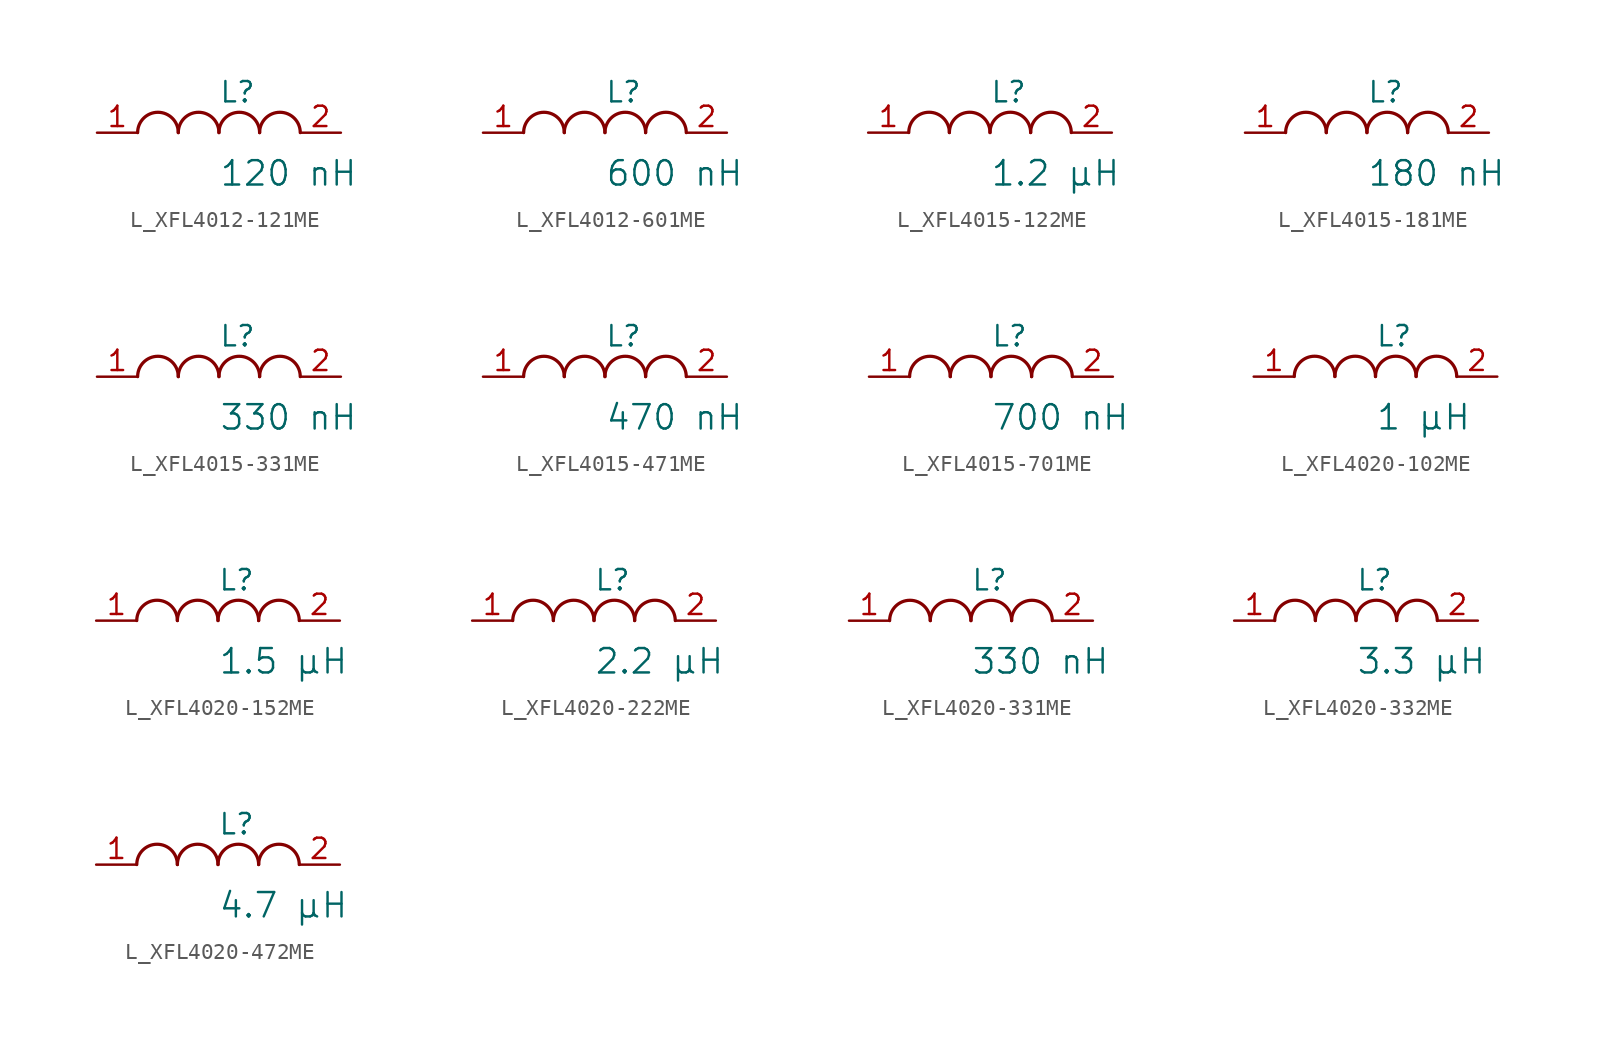
<source format=kicad_sym>
(kicad_symbol_lib
  (version 20231120)
  (generator "kicad_symbol_editor")
  (generator_version "8.0")
  (symbol "L_XFL4012-121ME"
    (pin_names
      (offset 0.254))
    (property "Reference" "L"
      (at 0 2.54 0)
      (effects (font (size 1.27 1.27)) (justify left)))
    (property "Value" "120 nH"
      (at 0 -2.54 0)
      (effects (font (size 1.524 1.524)) (justify left)))
    (symbol "L_XFL4012-121ME_1_1"
      (arc (start -2.54 0.0056) (mid -3.81 1.27) (end -5.08 0.0056) (stroke (width 0.2032) (type default)) (fill (type none)))
      (arc (start 0 0.0056) (mid -1.27 1.27) (end -2.54 0.0056) (stroke (width 0.2032) (type default)) (fill (type none)))
      (arc (start 2.54 0.0056) (mid 1.27 1.27) (end 0 0.0056) (stroke (width 0.2032) (type default)) (fill (type none)))
      (arc (start 5.08 0.0056) (mid 3.81 1.27) (end 2.54 0.0056) (stroke (width 0.2032) (type default)) (fill (type none)))
      (pin unspecified line (at -7.62 0 0) (length 2.54) (name "" (effects (font (size 1.27 1.27)))) (number "1" (effects (font (size 1.27 1.27)))))
      (pin unspecified line (at 7.62 0 180) (length 2.54) (name "" (effects (font (size 1.27 1.27)))) (number "2" (effects (font (size 1.27 1.27)))))))
  (symbol "L_XFL4012-601ME"
    (pin_names
      (offset 0.254))
    (property "Reference" "L"
      (at 0 2.54 0)
      (effects (font (size 1.27 1.27)) (justify left)))
    (property "Value" "600 nH"
      (at 0 -2.54 0)
      (effects (font (size 1.524 1.524)) (justify left)))
    (symbol "L_XFL4012-601ME_1_1"
      (arc (start -2.54 0.0056) (mid -3.81 1.27) (end -5.08 0.0056) (stroke (width 0.2032) (type default)) (fill (type none)))
      (arc (start 0 0.0056) (mid -1.27 1.27) (end -2.54 0.0056) (stroke (width 0.2032) (type default)) (fill (type none)))
      (arc (start 2.54 0.0056) (mid 1.27 1.27) (end 0 0.0056) (stroke (width 0.2032) (type default)) (fill (type none)))
      (arc (start 5.08 0.0056) (mid 3.81 1.27) (end 2.54 0.0056) (stroke (width 0.2032) (type default)) (fill (type none)))
      (pin unspecified line (at -7.62 0 0) (length 2.54) (name "" (effects (font (size 1.27 1.27)))) (number "1" (effects (font (size 1.27 1.27)))))
      (pin unspecified line (at 7.62 0 180) (length 2.54) (name "" (effects (font (size 1.27 1.27)))) (number "2" (effects (font (size 1.27 1.27)))))))
  (symbol "L_XFL4015-122ME"
    (pin_names
      (offset 0.254))
    (property "Reference" "L"
      (at 0 2.54 0)
      (effects (font (size 1.27 1.27)) (justify left)))
    (property "Value" "1.2 µH"
      (at 0 -2.54 0)
      (effects (font (size 1.524 1.524)) (justify left)))
    (symbol "L_XFL4015-122ME_1_1"
      (arc (start -2.54 0.0056) (mid -3.81 1.27) (end -5.08 0.0056) (stroke (width 0.2032) (type default)) (fill (type none)))
      (arc (start 0 0.0056) (mid -1.27 1.27) (end -2.54 0.0056) (stroke (width 0.2032) (type default)) (fill (type none)))
      (arc (start 2.54 0.0056) (mid 1.27 1.27) (end 0 0.0056) (stroke (width 0.2032) (type default)) (fill (type none)))
      (arc (start 5.08 0.0056) (mid 3.81 1.27) (end 2.54 0.0056) (stroke (width 0.2032) (type default)) (fill (type none)))
      (pin unspecified line (at -7.62 0 0) (length 2.54) (name "" (effects (font (size 1.27 1.27)))) (number "1" (effects (font (size 1.27 1.27)))))
      (pin unspecified line (at 7.62 0 180) (length 2.54) (name "" (effects (font (size 1.27 1.27)))) (number "2" (effects (font (size 1.27 1.27)))))))
  (symbol "L_XFL4015-181ME"
    (pin_names
      (offset 0.254))
    (property "Reference" "L"
      (at 0 2.54 0)
      (effects (font (size 1.27 1.27)) (justify left)))
    (property "Value" "180 nH"
      (at 0 -2.54 0)
      (effects (font (size 1.524 1.524)) (justify left)))
    (symbol "L_XFL4015-181ME_1_1"
      (arc (start -2.54 0.0056) (mid -3.81 1.27) (end -5.08 0.0056) (stroke (width 0.2032) (type default)) (fill (type none)))
      (arc (start 0 0.0056) (mid -1.27 1.27) (end -2.54 0.0056) (stroke (width 0.2032) (type default)) (fill (type none)))
      (arc (start 2.54 0.0056) (mid 1.27 1.27) (end 0 0.0056) (stroke (width 0.2032) (type default)) (fill (type none)))
      (arc (start 5.08 0.0056) (mid 3.81 1.27) (end 2.54 0.0056) (stroke (width 0.2032) (type default)) (fill (type none)))
      (pin unspecified line (at -7.62 0 0) (length 2.54) (name "" (effects (font (size 1.27 1.27)))) (number "1" (effects (font (size 1.27 1.27)))))
      (pin unspecified line (at 7.62 0 180) (length 2.54) (name "" (effects (font (size 1.27 1.27)))) (number "2" (effects (font (size 1.27 1.27)))))))
  (symbol "L_XFL4015-331ME"
    (pin_names
      (offset 0.254))
    (property "Reference" "L"
      (at 0 2.54 0)
      (effects (font (size 1.27 1.27)) (justify left)))
    (property "Value" "330 nH"
      (at 0 -2.54 0)
      (effects (font (size 1.524 1.524)) (justify left)))
    (symbol "L_XFL4015-331ME_1_1"
      (arc (start -2.54 0.0056) (mid -3.81 1.27) (end -5.08 0.0056) (stroke (width 0.2032) (type default)) (fill (type none)))
      (arc (start 0 0.0056) (mid -1.27 1.27) (end -2.54 0.0056) (stroke (width 0.2032) (type default)) (fill (type none)))
      (arc (start 2.54 0.0056) (mid 1.27 1.27) (end 0 0.0056) (stroke (width 0.2032) (type default)) (fill (type none)))
      (arc (start 5.08 0.0056) (mid 3.81 1.27) (end 2.54 0.0056) (stroke (width 0.2032) (type default)) (fill (type none)))
      (pin unspecified line (at -7.62 0 0) (length 2.54) (name "" (effects (font (size 1.27 1.27)))) (number "1" (effects (font (size 1.27 1.27)))))
      (pin unspecified line (at 7.62 0 180) (length 2.54) (name "" (effects (font (size 1.27 1.27)))) (number "2" (effects (font (size 1.27 1.27)))))))
  (symbol "L_XFL4015-471ME"
    (pin_names
      (offset 0.254))
    (property "Reference" "L"
      (at 0 2.54 0)
      (effects (font (size 1.27 1.27)) (justify left)))
    (property "Value" "470 nH"
      (at 0 -2.54 0)
      (effects (font (size 1.524 1.524)) (justify left)))
    (symbol "L_XFL4015-471ME_1_1"
      (arc (start -2.54 0.0056) (mid -3.81 1.27) (end -5.08 0.0056) (stroke (width 0.2032) (type default)) (fill (type none)))
      (arc (start 0 0.0056) (mid -1.27 1.27) (end -2.54 0.0056) (stroke (width 0.2032) (type default)) (fill (type none)))
      (arc (start 2.54 0.0056) (mid 1.27 1.27) (end 0 0.0056) (stroke (width 0.2032) (type default)) (fill (type none)))
      (arc (start 5.08 0.0056) (mid 3.81 1.27) (end 2.54 0.0056) (stroke (width 0.2032) (type default)) (fill (type none)))
      (pin unspecified line (at -7.62 0 0) (length 2.54) (name "" (effects (font (size 1.27 1.27)))) (number "1" (effects (font (size 1.27 1.27)))))
      (pin unspecified line (at 7.62 0 180) (length 2.54) (name "" (effects (font (size 1.27 1.27)))) (number "2" (effects (font (size 1.27 1.27)))))))
  (symbol "L_XFL4015-701ME"
    (pin_names
      (offset 0.254))
    (property "Reference" "L"
      (at 0 2.54 0)
      (effects (font (size 1.27 1.27)) (justify left)))
    (property "Value" "700 nH"
      (at 0 -2.54 0)
      (effects (font (size 1.524 1.524)) (justify left)))
    (symbol "L_XFL4015-701ME_1_1"
      (arc (start -2.54 0.0056) (mid -3.81 1.27) (end -5.08 0.0056) (stroke (width 0.2032) (type default)) (fill (type none)))
      (arc (start 0 0.0056) (mid -1.27 1.27) (end -2.54 0.0056) (stroke (width 0.2032) (type default)) (fill (type none)))
      (arc (start 2.54 0.0056) (mid 1.27 1.27) (end 0 0.0056) (stroke (width 0.2032) (type default)) (fill (type none)))
      (arc (start 5.08 0.0056) (mid 3.81 1.27) (end 2.54 0.0056) (stroke (width 0.2032) (type default)) (fill (type none)))
      (pin unspecified line (at -7.62 0 0) (length 2.54) (name "" (effects (font (size 1.27 1.27)))) (number "1" (effects (font (size 1.27 1.27)))))
      (pin unspecified line (at 7.62 0 180) (length 2.54) (name "" (effects (font (size 1.27 1.27)))) (number "2" (effects (font (size 1.27 1.27)))))))
  (symbol "L_XFL4020-102ME"
    (pin_names
      (offset 0.254))
    (property "Reference" "L"
      (at 0 2.54 0)
      (effects (font (size 1.27 1.27)) (justify left)))
    (property "Value" "1 µH"
      (at 0 -2.54 0)
      (effects (font (size 1.524 1.524)) (justify left)))
    (symbol "L_XFL4020-102ME_1_1"
      (arc (start -2.54 0.0056) (mid -3.81 1.27) (end -5.08 0.0056) (stroke (width 0.2032) (type default)) (fill (type none)))
      (arc (start 0 0.0056) (mid -1.27 1.27) (end -2.54 0.0056) (stroke (width 0.2032) (type default)) (fill (type none)))
      (arc (start 2.54 0.0056) (mid 1.27 1.27) (end 0 0.0056) (stroke (width 0.2032) (type default)) (fill (type none)))
      (arc (start 5.08 0.0056) (mid 3.81 1.27) (end 2.54 0.0056) (stroke (width 0.2032) (type default)) (fill (type none)))
      (pin unspecified line (at -7.62 0 0) (length 2.54) (name "" (effects (font (size 1.27 1.27)))) (number "1" (effects (font (size 1.27 1.27)))))
      (pin unspecified line (at 7.62 0 180) (length 2.54) (name "" (effects (font (size 1.27 1.27)))) (number "2" (effects (font (size 1.27 1.27)))))))
  (symbol "L_XFL4020-152ME"
    (pin_names
      (offset 0.254))
    (property "Reference" "L"
      (at 0 2.54 0)
      (effects (font (size 1.27 1.27)) (justify left)))
    (property "Value" "1.5 µH"
      (at 0 -2.54 0)
      (effects (font (size 1.524 1.524)) (justify left)))
    (symbol "L_XFL4020-152ME_1_1"
      (arc (start -2.54 0.0056) (mid -3.81 1.27) (end -5.08 0.0056) (stroke (width 0.2032) (type default)) (fill (type none)))
      (arc (start 0 0.0056) (mid -1.27 1.27) (end -2.54 0.0056) (stroke (width 0.2032) (type default)) (fill (type none)))
      (arc (start 2.54 0.0056) (mid 1.27 1.27) (end 0 0.0056) (stroke (width 0.2032) (type default)) (fill (type none)))
      (arc (start 5.08 0.0056) (mid 3.81 1.27) (end 2.54 0.0056) (stroke (width 0.2032) (type default)) (fill (type none)))
      (pin unspecified line (at -7.62 0 0) (length 2.54) (name "" (effects (font (size 1.27 1.27)))) (number "1" (effects (font (size 1.27 1.27)))))
      (pin unspecified line (at 7.62 0 180) (length 2.54) (name "" (effects (font (size 1.27 1.27)))) (number "2" (effects (font (size 1.27 1.27)))))))
  (symbol "L_XFL4020-222ME"
    (pin_names
      (offset 0.254))
    (property "Reference" "L"
      (at 0 2.54 0)
      (effects (font (size 1.27 1.27)) (justify left)))
    (property "Value" "2.2 µH"
      (at 0 -2.54 0)
      (effects (font (size 1.524 1.524)) (justify left)))
    (symbol "L_XFL4020-222ME_1_1"
      (arc (start -2.54 0.0056) (mid -3.81 1.27) (end -5.08 0.0056) (stroke (width 0.2032) (type default)) (fill (type none)))
      (arc (start 0 0.0056) (mid -1.27 1.27) (end -2.54 0.0056) (stroke (width 0.2032) (type default)) (fill (type none)))
      (arc (start 2.54 0.0056) (mid 1.27 1.27) (end 0 0.0056) (stroke (width 0.2032) (type default)) (fill (type none)))
      (arc (start 5.08 0.0056) (mid 3.81 1.27) (end 2.54 0.0056) (stroke (width 0.2032) (type default)) (fill (type none)))
      (pin unspecified line (at -7.62 0 0) (length 2.54) (name "" (effects (font (size 1.27 1.27)))) (number "1" (effects (font (size 1.27 1.27)))))
      (pin unspecified line (at 7.62 0 180) (length 2.54) (name "" (effects (font (size 1.27 1.27)))) (number "2" (effects (font (size 1.27 1.27)))))))
  (symbol "L_XFL4020-331ME"
    (pin_names
      (offset 0.254))
    (property "Reference" "L"
      (at 0 2.54 0)
      (effects (font (size 1.27 1.27)) (justify left)))
    (property "Value" "330 nH"
      (at 0 -2.54 0)
      (effects (font (size 1.524 1.524)) (justify left)))
    (symbol "L_XFL4020-331ME_1_1"
      (arc (start -2.54 0.0056) (mid -3.81 1.27) (end -5.08 0.0056) (stroke (width 0.2032) (type default)) (fill (type none)))
      (arc (start 0 0.0056) (mid -1.27 1.27) (end -2.54 0.0056) (stroke (width 0.2032) (type default)) (fill (type none)))
      (arc (start 2.54 0.0056) (mid 1.27 1.27) (end 0 0.0056) (stroke (width 0.2032) (type default)) (fill (type none)))
      (arc (start 5.08 0.0056) (mid 3.81 1.27) (end 2.54 0.0056) (stroke (width 0.2032) (type default)) (fill (type none)))
      (pin unspecified line (at -7.62 0 0) (length 2.54) (name "" (effects (font (size 1.27 1.27)))) (number "1" (effects (font (size 1.27 1.27)))))
      (pin unspecified line (at 7.62 0 180) (length 2.54) (name "" (effects (font (size 1.27 1.27)))) (number "2" (effects (font (size 1.27 1.27)))))))
  (symbol "L_XFL4020-332ME"
    (pin_names
      (offset 0.254))
    (property "Reference" "L"
      (at 0 2.54 0)
      (effects (font (size 1.27 1.27)) (justify left)))
    (property "Value" "3.3 µH"
      (at 0 -2.54 0)
      (effects (font (size 1.524 1.524)) (justify left)))
    (symbol "L_XFL4020-332ME_1_1"
      (arc (start -2.54 0.0056) (mid -3.81 1.27) (end -5.08 0.0056) (stroke (width 0.2032) (type default)) (fill (type none)))
      (arc (start 0 0.0056) (mid -1.27 1.27) (end -2.54 0.0056) (stroke (width 0.2032) (type default)) (fill (type none)))
      (arc (start 2.54 0.0056) (mid 1.27 1.27) (end 0 0.0056) (stroke (width 0.2032) (type default)) (fill (type none)))
      (arc (start 5.08 0.0056) (mid 3.81 1.27) (end 2.54 0.0056) (stroke (width 0.2032) (type default)) (fill (type none)))
      (pin unspecified line (at -7.62 0 0) (length 2.54) (name "" (effects (font (size 1.27 1.27)))) (number "1" (effects (font (size 1.27 1.27)))))
      (pin unspecified line (at 7.62 0 180) (length 2.54) (name "" (effects (font (size 1.27 1.27)))) (number "2" (effects (font (size 1.27 1.27)))))))
  (symbol "L_XFL4020-472ME"
    (pin_names
      (offset 0.254))
    (property "Reference" "L"
      (at 0 2.54 0)
      (effects (font (size 1.27 1.27)) (justify left)))
    (property "Value" "4.7 µH"
      (at 0 -2.54 0)
      (effects (font (size 1.524 1.524)) (justify left)))
    (symbol "L_XFL4020-472ME_1_1"
      (arc (start -2.54 0.0056) (mid -3.81 1.27) (end -5.08 0.0056) (stroke (width 0.2032) (type default)) (fill (type none)))
      (arc (start 0 0.0056) (mid -1.27 1.27) (end -2.54 0.0056) (stroke (width 0.2032) (type default)) (fill (type none)))
      (arc (start 2.54 0.0056) (mid 1.27 1.27) (end 0 0.0056) (stroke (width 0.2032) (type default)) (fill (type none)))
      (arc (start 5.08 0.0056) (mid 3.81 1.27) (end 2.54 0.0056) (stroke (width 0.2032) (type default)) (fill (type none)))
      (pin unspecified line (at -7.62 0 0) (length 2.54) (name "" (effects (font (size 1.27 1.27)))) (number "1" (effects (font (size 1.27 1.27)))))
      (pin unspecified line (at 7.62 0 180) (length 2.54) (name "" (effects (font (size 1.27 1.27)))) (number "2" (effects (font (size 1.27 1.27))))))))
</source>
